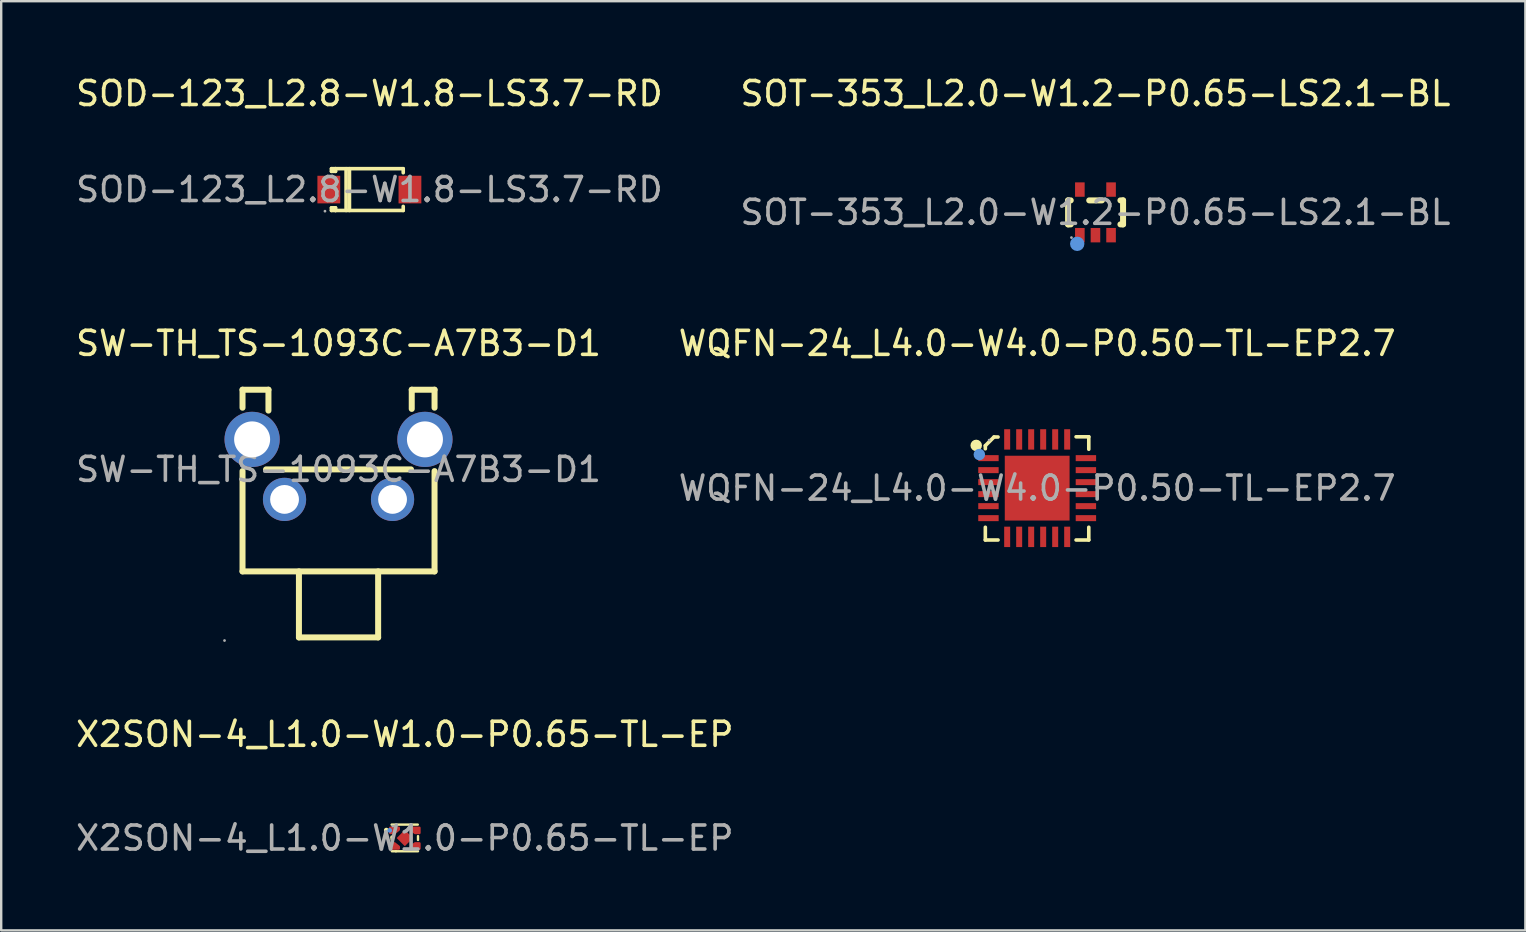
<source format=kicad_pcb>
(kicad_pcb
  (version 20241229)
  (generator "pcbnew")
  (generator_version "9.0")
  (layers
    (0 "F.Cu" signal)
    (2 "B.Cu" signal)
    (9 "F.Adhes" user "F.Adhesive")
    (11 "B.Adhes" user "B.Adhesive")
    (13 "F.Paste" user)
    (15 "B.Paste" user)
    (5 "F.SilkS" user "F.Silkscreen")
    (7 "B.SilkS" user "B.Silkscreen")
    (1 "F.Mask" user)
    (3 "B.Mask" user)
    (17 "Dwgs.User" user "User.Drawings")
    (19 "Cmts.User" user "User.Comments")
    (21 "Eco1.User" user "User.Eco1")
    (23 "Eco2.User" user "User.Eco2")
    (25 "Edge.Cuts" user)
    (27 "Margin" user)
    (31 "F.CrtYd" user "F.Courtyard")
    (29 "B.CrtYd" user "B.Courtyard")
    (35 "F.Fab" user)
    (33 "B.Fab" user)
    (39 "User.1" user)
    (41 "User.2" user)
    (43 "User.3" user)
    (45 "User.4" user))
  (footprint "SOD-123_L2.8-W1.8-LS3.7-RD"
    (layer "F.Cu")
    (at 12.339 4.848)
    (property "Reference" "SOD-123_L2.8-W1.8-LS3.7-RD" (at 0 -4 0) (layer "F.SilkS") (effects (font (size 1 1) (thickness 0.15))))
    (attr smd)
    (fp_line (start -1.58 -0.87) (end -1.41 -0.87) (stroke (width 0.15) (type solid)) (layer "F.SilkS"))
    (fp_line (start -1.58 -0.76) (end -1.58 -0.87) (stroke (width 0.15) (type solid)) (layer "F.SilkS"))
    (fp_line (start -1.58 -0.76) (end -1.41 -0.76) (stroke (width 0.15) (type solid)) (layer "F.SilkS"))
    (fp_line (start -1.58 0.76) (end -1.41 0.76) (stroke (width 0.15) (type solid)) (layer "F.SilkS"))
    (fp_line (start -1.58 0.87) (end -1.58 0.76) (stroke (width 0.15) (type solid)) (layer "F.SilkS"))
    (fp_line (start -1.41 -0.87) (end -1.41 -0.76) (stroke (width 0.15) (type solid)) (layer "F.SilkS"))
    (fp_line (start -1.41 -0.87) (end 1.41 -0.87) (stroke (width 0.15) (type solid)) (layer "F.SilkS"))
    (fp_line (start -1.41 0.76) (end -1.41 0.87) (stroke (width 0.15) (type solid)) (layer "F.SilkS"))
    (fp_line (start -1.41 0.87) (end -1.58 0.87) (stroke (width 0.15) (type solid)) (layer "F.SilkS"))
    (fp_line (start -1.41 0.87) (end 1.41 0.87) (stroke (width 0.15) (type solid)) (layer "F.SilkS"))
    (fp_line (start -0.97 -0.87) (end -0.97 0.87) (stroke (width 0.15) (type solid)) (layer "F.SilkS"))
    (fp_line (start -0.83 -0.87) (end -0.83 0.87) (stroke (width 0.15) (type solid)) (layer "F.SilkS"))
    (fp_line (start 1.41 -0.87) (end 1.41 -0.7) (stroke (width 0.15) (type solid)) (layer "F.SilkS"))
    (fp_line (start 1.41 0.87) (end 1.41 0.7) (stroke (width 0.15) (type solid)) (layer "F.SilkS"))
    (fp_circle (center -1.85 0.9) (end -1.82 0.9) (stroke (width 0.06) (type solid)) (fill no) (layer "F.Fab"))
    (fp_text user "${REFERENCE}" (at 0 0 0) (layer "F.Fab") (effects (font (size 1 1) (thickness 0.15))))
    (pad "1" smd rect (at -1.69 0) (size 0.95 1.15) (layers "F.Cu" "F.Mask" "F.Paste"))
    (pad "2" smd rect (at 1.69 0) (size 0.95 1.15) (layers "F.Cu" "F.Mask" "F.Paste")))
  (footprint "WQFN-24_L4.0-W4.0-P0.50-TL-EP2.7"
    (layer "F.Cu")
    (at 40.161 17.287)
    (property "Reference" "WQFN-24_L4.0-W4.0-P0.50-TL-EP2.7" (at 0 -6.03 0) (layer "F.SilkS") (effects (font (size 1 1) (thickness 0.15))))
    (attr smd)
    (fp_line (start -2.16 -1.77) (end -2.16 -1.64) (stroke (width 0.15) (type solid)) (layer "F.SilkS"))
    (fp_line (start -2.16 2.16) (end -2.16 1.63) (stroke (width 0.15) (type solid)) (layer "F.SilkS"))
    (fp_line (start -1.8 -2.13) (end -2.16 -1.77) (stroke (width 0.15) (type solid)) (layer "F.SilkS"))
    (fp_line (start -1.63 -2.13) (end -1.8 -2.13) (stroke (width 0.15) (type solid)) (layer "F.SilkS"))
    (fp_line (start -1.63 2.16) (end -2.16 2.16) (stroke (width 0.15) (type solid)) (layer "F.SilkS"))
    (fp_line (start 1.62 -2.14) (end 2.15 -2.14) (stroke (width 0.15) (type solid)) (layer "F.SilkS"))
    (fp_line (start 1.62 2.16) (end 2.15 2.16) (stroke (width 0.15) (type solid)) (layer "F.SilkS"))
    (fp_line (start 2.15 -2.14) (end 2.15 -1.62) (stroke (width 0.15) (type solid)) (layer "F.SilkS"))
    (fp_line (start 2.15 2.16) (end 2.15 1.63) (stroke (width 0.15) (type solid)) (layer "F.SilkS"))
    (fp_circle (center -2.54 -1.78) (end -2.42 -1.78) (stroke (width 0.24) (type solid)) (fill no) (layer "F.SilkS"))
    (fp_circle (center -2.41 -1.4) (end -2.29 -1.4) (stroke (width 0.24) (type solid)) (fill no) (layer "Cmts.User"))
    (fp_circle (center -2 -2) (end -1.97 -2) (stroke (width 0.06) (type solid)) (fill no) (layer "F.Fab"))
    (fp_text user "${REFERENCE}" (at 0 0 0) (layer "F.Fab") (effects (font (size 1 1) (thickness 0.15))))
    (pad "1" smd rect (at -2.03 -1.25) (size 0.85 0.25) (layers "F.Cu" "F.Mask" "F.Paste"))
    (pad "2" smd rect (at -2.03 -0.75) (size 0.85 0.25) (layers "F.Cu" "F.Mask" "F.Paste"))
    (pad "3" smd rect (at -2.03 -0.25) (size 0.85 0.25) (layers "F.Cu" "F.Mask" "F.Paste"))
    (pad "4" smd rect (at -2.03 0.25) (size 0.85 0.25) (layers "F.Cu" "F.Mask" "F.Paste"))
    (pad "5" smd rect (at -2.03 0.75) (size 0.85 0.25) (layers "F.Cu" "F.Mask" "F.Paste"))
    (pad "6" smd rect (at -2.03 1.25) (size 0.85 0.25) (layers "F.Cu" "F.Mask" "F.Paste"))
    (pad "7" smd rect (at -1.25 2.03 90) (size 0.85 0.25) (layers "F.Cu" "F.Mask" "F.Paste"))
    (pad "8" smd rect (at -0.75 2.03 90) (size 0.85 0.25) (layers "F.Cu" "F.Mask" "F.Paste"))
    (pad "9" smd rect (at -0.25 2.03 90) (size 0.85 0.25) (layers "F.Cu" "F.Mask" "F.Paste"))
    (pad "10" smd rect (at 0.25 2.03 90) (size 0.85 0.25) (layers "F.Cu" "F.Mask" "F.Paste"))
    (pad "11" smd rect (at 0.75 2.03 90) (size 0.85 0.25) (layers "F.Cu" "F.Mask" "F.Paste"))
    (pad "12" smd rect (at 1.25 2.03 90) (size 0.85 0.25) (layers "F.Cu" "F.Mask" "F.Paste"))
    (pad "13" smd rect (at 2.03 1.25) (size 0.85 0.25) (layers "F.Cu" "F.Mask" "F.Paste"))
    (pad "14" smd rect (at 2.03 0.75) (size 0.85 0.25) (layers "F.Cu" "F.Mask" "F.Paste"))
    (pad "15" smd rect (at 2.03 0.25) (size 0.85 0.25) (layers "F.Cu" "F.Mask" "F.Paste"))
    (pad "16" smd rect (at 2.03 -0.25) (size 0.85 0.25) (layers "F.Cu" "F.Mask" "F.Paste"))
    (pad "17" smd rect (at 2.03 -0.75) (size 0.85 0.25) (layers "F.Cu" "F.Mask" "F.Paste"))
    (pad "18" smd rect (at 2.03 -1.25) (size 0.85 0.25) (layers "F.Cu" "F.Mask" "F.Paste"))
    (pad "19" smd rect (at 1.25 -2.03 90) (size 0.85 0.25) (layers "F.Cu" "F.Mask" "F.Paste"))
    (pad "20" smd rect (at 0.75 -2.03 90) (size 0.85 0.25) (layers "F.Cu" "F.Mask" "F.Paste"))
    (pad "21" smd rect (at 0.25 -2.03 90) (size 0.85 0.25) (layers "F.Cu" "F.Mask" "F.Paste"))
    (pad "22" smd rect (at -0.25 -2.03 90) (size 0.85 0.25) (layers "F.Cu" "F.Mask" "F.Paste"))
    (pad "23" smd rect (at -0.75 -2.03 90) (size 0.85 0.25) (layers "F.Cu" "F.Mask" "F.Paste"))
    (pad "24" smd rect (at -1.25 -2.03 90) (size 0.85 0.25) (layers "F.Cu" "F.Mask" "F.Paste"))
    (pad "25" smd rect (at 0 0) (size 2.7 2.7) (layers "F.Cu" "F.Mask" "F.Paste")))
  (footprint "SW-TH_TS-1093C-A7B3-D1"
    (layer "F.Cu")
    (at 11.054 16.506)
    (property "Reference" "SW-TH_TS-1093C-A7B3-D1" (at 0 -5.25 0) (layer "F.SilkS") (effects (font (size 1 1) (thickness 0.15))))
    (attr through_hole)
    (fp_line (start -4 -3.32) (end -4 -2.57) (stroke (width 0.25) (type solid)) (layer "F.SilkS"))
    (fp_line (start -4 -3.32) (end -2.92 -3.32) (stroke (width 0.25) (type solid)) (layer "F.SilkS"))
    (fp_line (start -4 4.25) (end -4 0.07) (stroke (width 0.25) (type solid)) (layer "F.SilkS"))
    (fp_line (start -4 4.25) (end 4 4.25) (stroke (width 0.25) (type solid)) (layer "F.SilkS"))
    (fp_line (start -2.92 -3.32) (end -2.92 -2.45) (stroke (width 0.25) (type solid)) (layer "F.SilkS"))
    (fp_line (start -1.65 7) (end -1.65 4.25) (stroke (width 0.25) (type solid)) (layer "F.SilkS"))
    (fp_line (start 1.65 7) (end -1.65 7) (stroke (width 0.25) (type solid)) (layer "F.SilkS"))
    (fp_line (start 1.65 7) (end 1.65 4.25) (stroke (width 0.25) (type solid)) (layer "F.SilkS"))
    (fp_line (start 3.02 0) (end -3.02 0) (stroke (width 0.25) (type solid)) (layer "F.SilkS"))
    (fp_line (start 3.05 -3.32) (end 3.05 -2.52) (stroke (width 0.25) (type solid)) (layer "F.SilkS"))
    (fp_line (start 4 -3.32) (end 3.05 -3.32) (stroke (width 0.25) (type solid)) (layer "F.SilkS"))
    (fp_line (start 4 -3.32) (end 4 -2.57) (stroke (width 0.25) (type solid)) (layer "F.SilkS"))
    (fp_line (start 4 4.25) (end 4 0.07) (stroke (width 0.25) (type solid)) (layer "F.SilkS"))
    (fp_circle (center -4.75 7.13) (end -4.72 7.13) (stroke (width 0.06) (type solid)) (fill no) (layer "F.Fab"))
    (fp_circle (center -3.6 -1.25) (end -3.27 -1.25) (stroke (width 0.65) (type solid)) (fill no) (layer "F.Fab"))
    (fp_circle (center -2.25 1.25) (end -2 1.25) (stroke (width 0.5) (type solid)) (fill no) (layer "F.Fab"))
    (fp_circle (center 2.25 1.25) (end 2.5 1.25) (stroke (width 0.5) (type solid)) (fill no) (layer "F.Fab"))
    (fp_circle (center 3.6 -1.25) (end 3.93 -1.25) (stroke (width 0.65) (type solid)) (fill no) (layer "F.Fab"))
    (fp_text user "${REFERENCE}" (at 0 0 0) (layer "F.Fab") (effects (font (size 1 1) (thickness 0.15))))
    (pad "1" thru_hole circle (at -2.25 1.25) (size 1.8 1.8) (drill 1.2) (layers "*.Cu" "*.Mask"))
    (pad "2" thru_hole circle (at 2.25 1.25) (size 1.8 1.8) (drill 1.2) (layers "*.Cu" "*.Mask"))
    (pad "3" thru_hole circle (at -3.6 -1.25) (size 2.3 2.3) (drill 1.5) (layers "*.Cu" "*.Mask"))
    (pad "4" thru_hole circle (at 3.6 -1.25) (size 2.3 2.3) (drill 1.5) (layers "*.Cu" "*.Mask")))
  (footprint "X2SON-4_L1.0-W1.0-P0.65-TL-EP"
    (layer "F.Cu")
    (at 13.815 31.865)
    (property "Reference" "X2SON-4_L1.0-W1.0-P0.65-TL-EP" (at 0 -4.32 0) (layer "F.SilkS") (effects (font (size 1 1) (thickness 0.15))))
    (attr smd)
    (fp_line (start -0.55 -0.56) (end 0.54 -0.56) (stroke (width 0.1) (type solid)) (layer "F.SilkS"))
    (fp_line (start -0.55 -0.02) (end -0.55 -0.06) (stroke (width 0.1) (type solid)) (layer "F.SilkS"))
    (fp_line (start -0.55 -0.02) (end -0.55 0.07) (stroke (width 0.1) (type solid)) (layer "F.SilkS"))
    (fp_line (start -0.37 0.55) (end -0.54 0.55) (stroke (width 0.1) (type solid)) (layer "F.SilkS"))
    (fp_line (start -0.37 0.55) (end 0.55 0.55) (stroke (width 0.1) (type solid)) (layer "F.SilkS"))
    (fp_line (start 0.55 -0.08) (end 0.55 0.08) (stroke (width 0.1) (type solid)) (layer "F.SilkS"))
    (fp_circle (center -0.77 -0.33) (end -0.72 -0.33) (stroke (width 0.1) (type solid)) (fill no) (layer "F.SilkS"))
    (fp_circle (center -0.63 -0.32) (end -0.58 -0.32) (stroke (width 0.1) (type solid)) (fill no) (layer "Cmts.User"))
    (fp_circle (center -0.5 -0.5) (end -0.47 -0.5) (stroke (width 0.06) (type solid)) (fill no) (layer "F.Fab"))
    (fp_text user "${REFERENCE}" (at 0 0 0) (layer "F.Fab") (effects (font (size 1 1) (thickness 0.15))))
    (pad "1" smd custom (at -0.43 -0.32) (size 0.01 0.01) (layers "F.Cu" "F.Mask" "F.Paste") (options (anchor circle)) (primitives (gr_poly (pts (xy -0.18 -0.11) (xy -0.18 0.11) (xy 0 0.11) (xy 0.18 -0.03) (xy 0.18 -0.11) (xy -0.18 -0.11)) (width 0.1) (fill yes))))
    (pad "2" smd custom (at -0.43 0.32) (size 0.01 0.01) (layers "F.Cu" "F.Mask" "F.Paste") (options (anchor circle)) (primitives (gr_poly (pts (xy -0.18 0.12) (xy -0.18 -0.1) (xy 0 -0.1) (xy 0.18 0.04) (xy 0.18 0.12) (xy -0.18 0.12)) (width 0.1) (fill yes))))
    (pad "3" smd custom (at 0.43 0.32) (size 0.01 0.01) (layers "F.Cu" "F.Mask" "F.Paste") (options (anchor circle)) (primitives (gr_poly (pts (xy 0.18 0.12) (xy 0.18 -0.1) (xy 0 -0.1) (xy -0.18 0.04) (xy -0.18 0.12) (xy 0.18 0.12)) (width 0.1) (fill yes))))
    (pad "4" smd custom (at 0.43 -0.32) (size 0.01 0.01) (layers "F.Cu" "F.Mask" "F.Paste") (options (anchor circle)) (primitives (gr_poly (pts (xy 0.18 -0.11) (xy 0.18 0.11) (xy 0 0.11) (xy -0.18 -0.03) (xy -0.18 -0.11) (xy 0.18 -0.11)) (width 0.1) (fill yes))))
    (pad "5" smd rect (at 0 0 45) (size 0.48 0.48) (layers "F.Cu" "F.Mask" "F.Paste")))
  (footprint "SOT-353_L2.0-W1.2-P0.65-LS2.1-BL"
    (layer "F.Cu")
    (at 42.589 5.798)
    (property "Reference" "SOT-353_L2.0-W1.2-P0.65-LS2.1-BL" (at 0 -4.95 0) (layer "F.SilkS") (effects (font (size 1 1) (thickness 0.15))))
    (attr smd)
    (fp_line (start -1.14 -0.5) (end -1.03 -0.5) (stroke (width 0.25) (type solid)) (layer "F.SilkS"))
    (fp_line (start -1.14 0.5) (end -1.14 -0.5) (stroke (width 0.25) (type solid)) (layer "F.SilkS"))
    (fp_line (start -1.03 0.5) (end -1.14 0.5) (stroke (width 0.25) (type solid)) (layer "F.SilkS"))
    (fp_line (start -0.26 -0.5) (end 0.27 -0.5) (stroke (width 0.25) (type solid)) (layer "F.SilkS"))
    (fp_line (start 1.04 -0.5) (end 1.15 -0.5) (stroke (width 0.25) (type solid)) (layer "F.SilkS"))
    (fp_line (start 1.15 -0.5) (end 1.15 0.5) (stroke (width 0.25) (type solid)) (layer "F.SilkS"))
    (fp_line (start 1.15 0.5) (end 1.04 0.5) (stroke (width 0.25) (type solid)) (layer "F.SilkS"))
    (fp_circle (center -0.76 1.31) (end -0.61 1.31) (stroke (width 0.3) (type solid)) (fill no) (layer "Cmts.User"))
    (fp_circle (center -1 1.05) (end -0.97 1.05) (stroke (width 0.06) (type solid)) (fill no) (layer "F.Fab"))
    (fp_text user "${REFERENCE}" (at 0 0 0) (layer "F.Fab") (effects (font (size 1 1) (thickness 0.15))))
    (pad "1" smd rect (at -0.65 0.95 180) (size 0.4 0.6) (layers "F.Cu" "F.Mask" "F.Paste"))
    (pad "2" smd rect (at 0 0.95 180) (size 0.4 0.6) (layers "F.Cu" "F.Mask" "F.Paste"))
    (pad "3" smd rect (at 0.65 0.95 180) (size 0.4 0.6) (layers "F.Cu" "F.Mask" "F.Paste"))
    (pad "4" smd rect (at 0.65 -0.95 180) (size 0.4 0.6) (layers "F.Cu" "F.Mask" "F.Paste"))
    (pad "5" smd rect (at -0.65 -0.95 180) (size 0.4 0.6) (layers "F.Cu" "F.Mask" "F.Paste")))
  (gr_rect
    (start -3 -3)
    (end 60.5 35.713)
    (stroke (width 0.1) (type default))
    (fill no)
    (layer "Edge.Cuts")))
</source>
